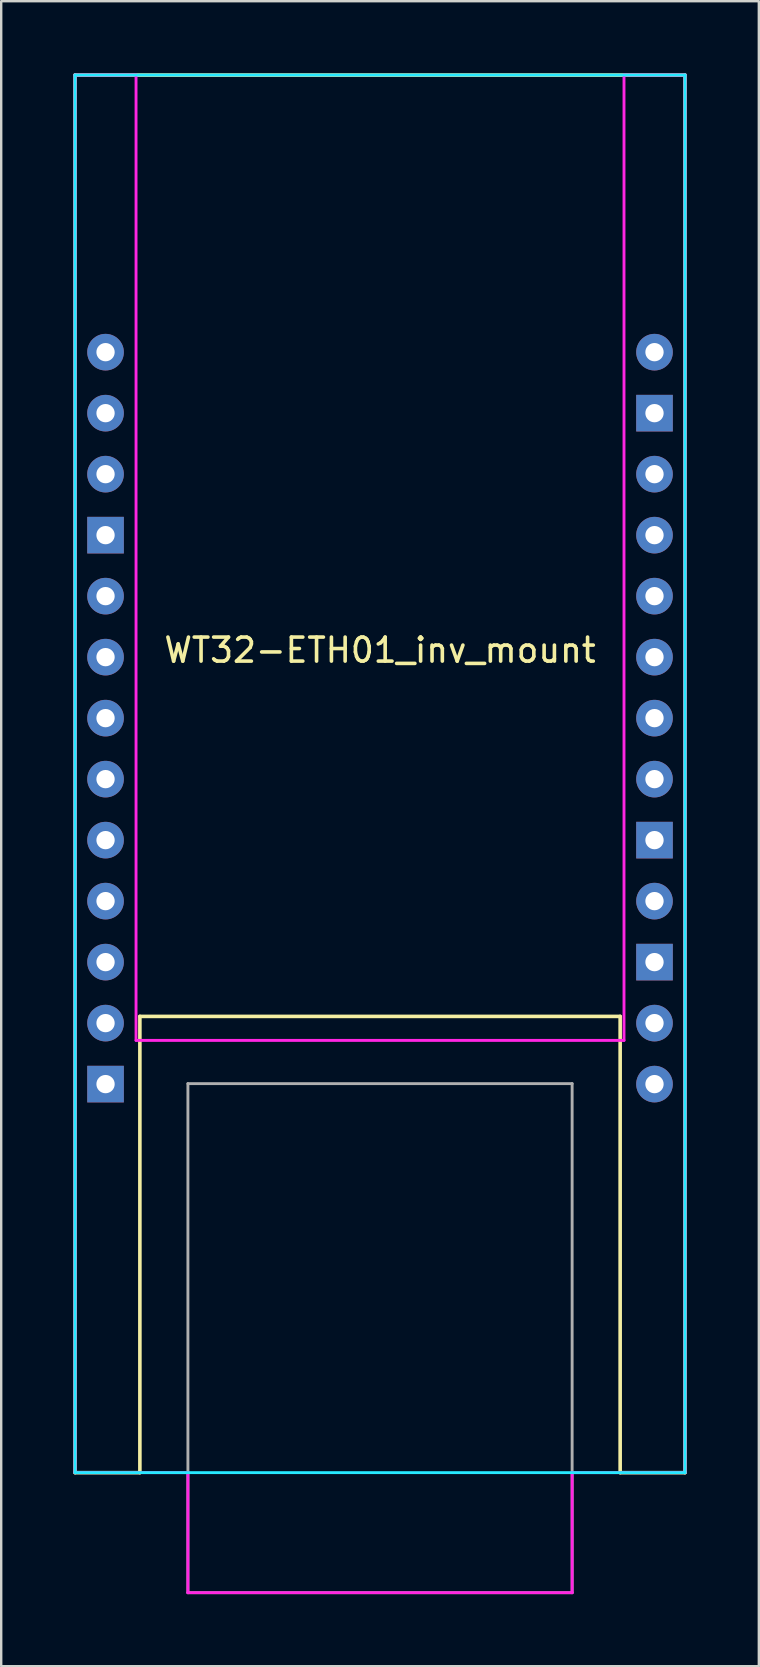
<source format=kicad_pcb>
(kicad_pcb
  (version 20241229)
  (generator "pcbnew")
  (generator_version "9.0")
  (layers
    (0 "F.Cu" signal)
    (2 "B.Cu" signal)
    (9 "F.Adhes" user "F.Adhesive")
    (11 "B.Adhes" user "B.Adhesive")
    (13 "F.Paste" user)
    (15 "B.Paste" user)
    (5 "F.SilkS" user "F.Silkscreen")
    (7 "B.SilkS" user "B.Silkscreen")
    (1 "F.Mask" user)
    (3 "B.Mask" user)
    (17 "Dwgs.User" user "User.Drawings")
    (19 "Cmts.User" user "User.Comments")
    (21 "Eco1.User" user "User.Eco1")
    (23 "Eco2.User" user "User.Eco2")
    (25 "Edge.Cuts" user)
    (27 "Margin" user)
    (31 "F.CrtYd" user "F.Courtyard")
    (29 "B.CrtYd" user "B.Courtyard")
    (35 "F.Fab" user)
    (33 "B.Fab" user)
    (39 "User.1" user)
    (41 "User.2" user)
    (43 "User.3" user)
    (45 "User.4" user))
  (footprint "WT32-ETH01_inv_mount"
    (layer "F.Cu")
    (at 12.775 58.275)
    (property "Reference" "WT32-ETH01_inv_mount" (at 0 -34.25 0) (layer "F.SilkS") (effects (font (size 1 1) (thickness 0.15))))
    (attr through_hole)
    (fp_line (start -12.7 -58.2) (end 12.7 -58.2) (stroke (width 0.15) (type solid)) (layer "F.SilkS"))
    (fp_line (start -12.7 0) (end -12.7 -58.2) (stroke (width 0.15) (type solid)) (layer "F.SilkS"))
    (fp_line (start -10 0) (end -12.7 0) (stroke (width 0.15) (type solid)) (layer "F.SilkS"))
    (fp_line (start -10 0) (end -10 -19) (stroke (width 0.15) (type default)) (layer "F.SilkS"))
    (fp_line (start 10 -19) (end -10 -19) (stroke (width 0.15) (type default)) (layer "F.SilkS"))
    (fp_line (start 10 0) (end 10 -19) (stroke (width 0.15) (type default)) (layer "F.SilkS"))
    (fp_line (start 12.7 -58.2) (end 12.7 0) (stroke (width 0.15) (type solid)) (layer "F.SilkS"))
    (fp_line (start 12.7 0) (end 10 0) (stroke (width 0.15) (type solid)) (layer "F.SilkS"))
    (fp_line (start -12.7 -58.2) (end 12.7 -58.2) (stroke (width 0.12) (type solid)) (layer "B.CrtYd"))
    (fp_line (start -12.7 0) (end -12.7 -58.2) (stroke (width 0.12) (type solid)) (layer "B.CrtYd"))
    (fp_line (start 12.7 -58.2) (end 12.7 0) (stroke (width 0.12) (type solid)) (layer "B.CrtYd"))
    (fp_line (start 12.7 0) (end -12.7 0) (stroke (width 0.12) (type solid)) (layer "B.CrtYd"))
    (fp_line (start -12.7 0) (end -12.7 -58.2) (stroke (width 0.12) (type solid)) (layer "F.CrtYd"))
    (fp_line (start -10.16 -58.2) (end -12.7 -58.2) (stroke (width 0.12) (type solid)) (layer "F.CrtYd"))
    (fp_line (start -10.16 -58.2) (end -10.16 -18) (stroke (width 0.12) (type solid)) (layer "F.CrtYd"))
    (fp_line (start -10.16 -18) (end 10.16 -18) (stroke (width 0.12) (type solid)) (layer "F.CrtYd"))
    (fp_line (start -8 0) (end -12.7 0) (stroke (width 0.12) (type solid)) (layer "F.CrtYd"))
    (fp_line (start -8 0) (end -8 5) (stroke (width 0.12) (type solid)) (layer "F.CrtYd"))
    (fp_line (start -8 5) (end 8 5) (stroke (width 0.12) (type solid)) (layer "F.CrtYd"))
    (fp_line (start 8 0) (end 8 5) (stroke (width 0.12) (type solid)) (layer "F.CrtYd"))
    (fp_line (start 10.16 -58.2) (end 10.16 -18) (stroke (width 0.12) (type solid)) (layer "F.CrtYd"))
    (fp_line (start 10.16 -58.2) (end 12.7 -58.2) (stroke (width 0.12) (type solid)) (layer "F.CrtYd"))
    (fp_line (start 12.7 -58.2) (end 12.7 0) (stroke (width 0.12) (type solid)) (layer "F.CrtYd"))
    (fp_line (start 12.7 0) (end 8 0) (stroke (width 0.12) (type solid)) (layer "F.CrtYd"))
    (fp_line (start -8 -16.2) (end -8 5) (stroke (width 0.12) (type solid)) (layer "F.Fab"))
    (fp_line (start -8 5) (end 8 5) (stroke (width 0.12) (type solid)) (layer "F.Fab"))
    (fp_line (start 8 -16.2) (end -8 -16.2) (stroke (width 0.12) (type solid)) (layer "F.Fab"))
    (fp_line (start 8 -16.2) (end 8 5) (stroke (width 0.12) (type solid)) (layer "F.Fab"))
    (pad "1" thru_hole circle (at 11.43 -46.66) (size 1.524 1.524) (drill 0.762) (layers "*.Cu" "*.Mask"))
    (pad "2" thru_hole rect (at 11.43 -44.12) (size 1.524 1.524) (drill 0.762) (layers "*.Cu" "*.Mask"))
    (pad "3" thru_hole circle (at 11.43 -41.58) (size 1.524 1.524) (drill 0.762) (layers "*.Cu" "*.Mask"))
    (pad "4" thru_hole circle (at 11.43 -39.04) (size 1.524 1.524) (drill 0.762) (layers "*.Cu" "*.Mask"))
    (pad "5" thru_hole circle (at 11.43 -36.5) (size 1.524 1.524) (drill 0.762) (layers "*.Cu" "*.Mask"))
    (pad "6" thru_hole circle (at 11.43 -33.96) (size 1.524 1.524) (drill 0.762) (layers "*.Cu" "*.Mask"))
    (pad "7" thru_hole circle (at 11.43 -31.42) (size 1.524 1.524) (drill 0.762) (layers "*.Cu" "*.Mask"))
    (pad "8" thru_hole circle (at 11.43 -28.88) (size 1.524 1.524) (drill 0.762) (layers "*.Cu" "*.Mask"))
    (pad "9" thru_hole rect (at 11.43 -26.34) (size 1.524 1.524) (drill 0.762) (layers "*.Cu" "*.Mask"))
    (pad "10" thru_hole circle (at 11.43 -23.8) (size 1.524 1.524) (drill 0.762) (layers "*.Cu" "*.Mask"))
    (pad "11" thru_hole rect (at 11.43 -21.26) (size 1.524 1.524) (drill 0.762) (layers "*.Cu" "*.Mask"))
    (pad "12" thru_hole circle (at 11.43 -18.72) (size 1.524 1.524) (drill 0.762) (layers "*.Cu" "*.Mask"))
    (pad "13" thru_hole circle (at 11.43 -16.18) (size 1.524 1.524) (drill 0.762) (layers "*.Cu" "*.Mask"))
    (pad "14" thru_hole circle (at -11.43 -46.66) (size 1.524 1.524) (drill 0.762) (layers "*.Cu" "*.Mask"))
    (pad "15" thru_hole circle (at -11.43 -44.12) (size 1.524 1.524) (drill 0.762) (layers "*.Cu" "*.Mask"))
    (pad "16" thru_hole circle (at -11.43 -41.58) (size 1.524 1.524) (drill 0.762) (layers "*.Cu" "*.Mask"))
    (pad "17" thru_hole rect (at -11.43 -39.04) (size 1.524 1.524) (drill 0.762) (layers "*.Cu" "*.Mask"))
    (pad "18" thru_hole circle (at -11.43 -36.5) (size 1.524 1.524) (drill 0.762) (layers "*.Cu" "*.Mask"))
    (pad "19" thru_hole circle (at -11.43 -33.96) (size 1.524 1.524) (drill 0.762) (layers "*.Cu" "*.Mask"))
    (pad "20" thru_hole circle (at -11.43 -31.42) (size 1.524 1.524) (drill 0.762) (layers "*.Cu" "*.Mask"))
    (pad "21" thru_hole circle (at -11.43 -28.88) (size 1.524 1.524) (drill 0.762) (layers "*.Cu" "*.Mask"))
    (pad "22" thru_hole circle (at -11.43 -26.34) (size 1.524 1.524) (drill 0.762) (layers "*.Cu" "*.Mask"))
    (pad "23" thru_hole circle (at -11.43 -23.8) (size 1.524 1.524) (drill 0.762) (layers "*.Cu" "*.Mask"))
    (pad "24" thru_hole circle (at -11.43 -21.26) (size 1.524 1.524) (drill 0.762) (layers "*.Cu" "*.Mask"))
    (pad "25" thru_hole circle (at -11.43 -18.72) (size 1.524 1.524) (drill 0.762) (layers "*.Cu" "*.Mask"))
    (pad "26" thru_hole rect (at -11.43 -16.18) (size 1.524 1.524) (drill 0.762) (layers "*.Cu" "*.Mask")))
  (gr_rect
    (start -3 -3)
    (end 28.55 66.335)
    (stroke (width 0.1) (type default))
    (fill no)
    (layer "Edge.Cuts")))
</source>
